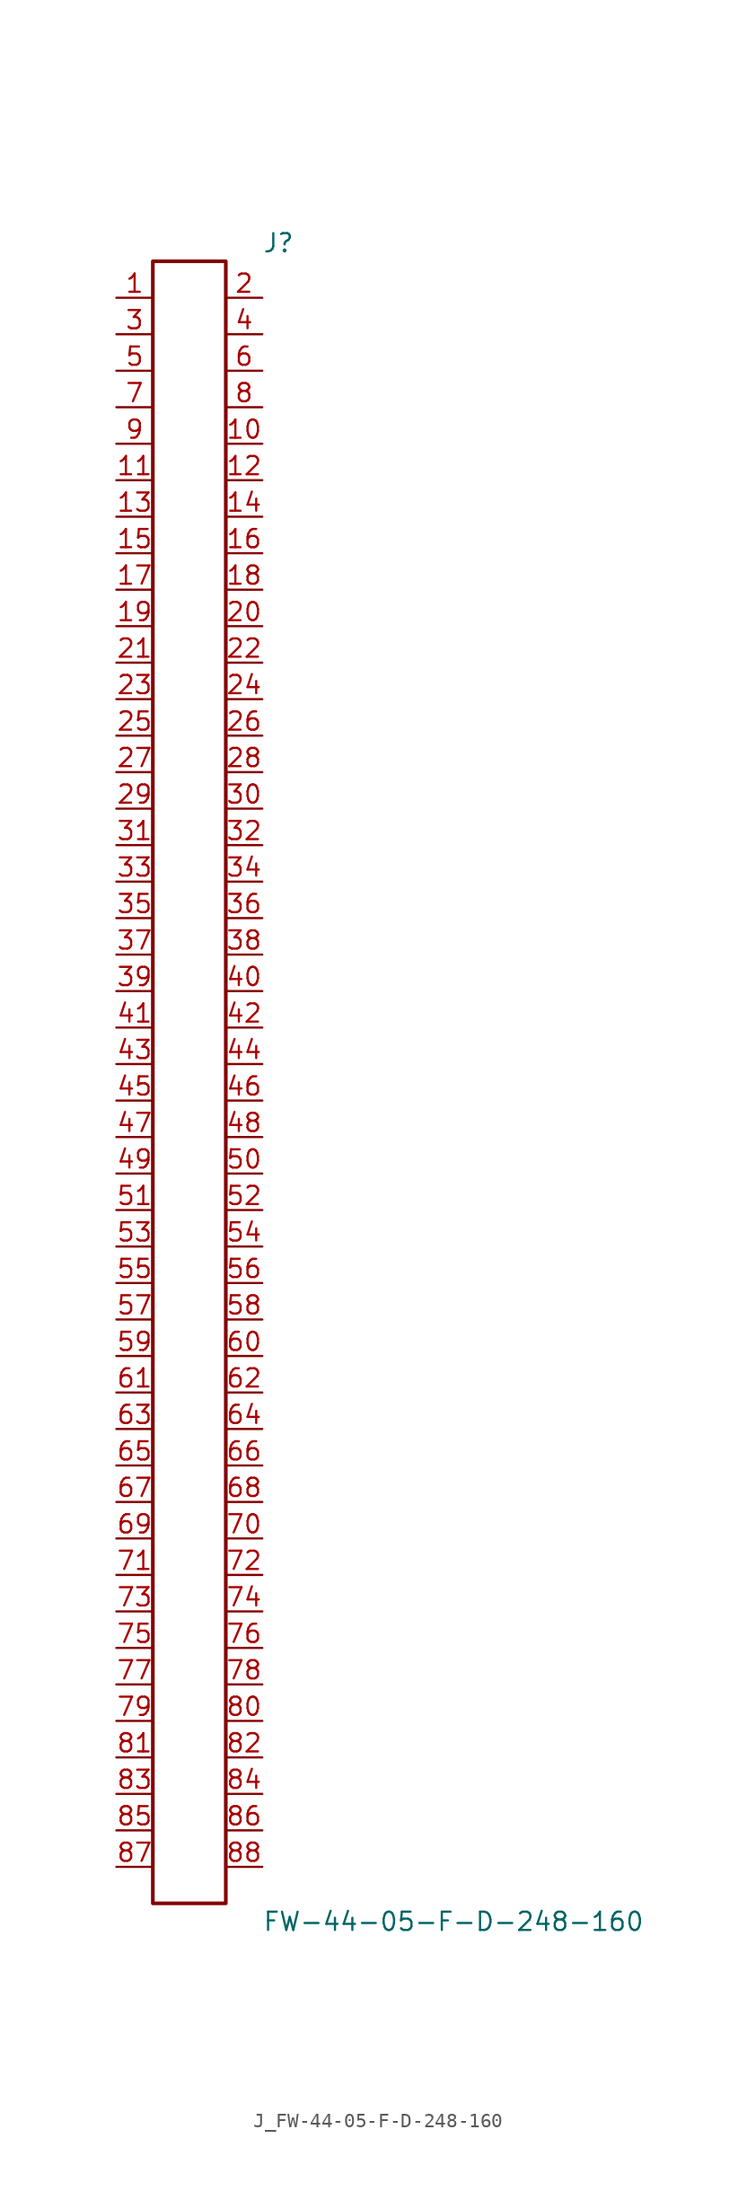
<source format=kicad_sym>
(kicad_symbol_lib
  (version 20231120)
  (generator kicad_symbol_editor)
  (generator_version 8.0)
  (symbol "J_FW-44-05-F-D-248-160"
    (pin_names
      (offset 0.254))
    (property "Reference" "J"
      (at 5.08 58.42 0)
      (effects (font (size 1.27 1.27)) (justify left)))
    (property "Value" "FW-44-05-F-D-248-160"
      (at 5.08 -58.42 0)
      (effects (font (size 1.27 1.27)) (justify left)))
    (symbol "J_FW-44-05-F-D-248-160_0_0"
      (pin passive line (at -5.08 54.61 0) (length 2.54) (name "" (effects (font (size 1.27 1.27)))) (number "1" (effects (font (size 1.27 1.27)))))
      (pin passive line (at 5.08 54.61 180) (length 2.54) (name "" (effects (font (size 1.27 1.27)))) (number "2" (effects (font (size 1.27 1.27)))))
      (pin passive line (at -5.08 52.07 0) (length 2.54) (name "" (effects (font (size 1.27 1.27)))) (number "3" (effects (font (size 1.27 1.27)))))
      (pin passive line (at 5.08 52.07 180) (length 2.54) (name "" (effects (font (size 1.27 1.27)))) (number "4" (effects (font (size 1.27 1.27)))))
      (pin passive line (at -5.08 49.53 0) (length 2.54) (name "" (effects (font (size 1.27 1.27)))) (number "5" (effects (font (size 1.27 1.27)))))
      (pin passive line (at 5.08 49.53 180) (length 2.54) (name "" (effects (font (size 1.27 1.27)))) (number "6" (effects (font (size 1.27 1.27)))))
      (pin passive line (at -5.08 46.99 0) (length 2.54) (name "" (effects (font (size 1.27 1.27)))) (number "7" (effects (font (size 1.27 1.27)))))
      (pin passive line (at 5.08 46.99 180) (length 2.54) (name "" (effects (font (size 1.27 1.27)))) (number "8" (effects (font (size 1.27 1.27)))))
      (pin passive line (at -5.08 44.45 0) (length 2.54) (name "" (effects (font (size 1.27 1.27)))) (number "9" (effects (font (size 1.27 1.27)))))
      (pin passive line (at 5.08 44.45 180) (length 2.54) (name "" (effects (font (size 1.27 1.27)))) (number "10" (effects (font (size 1.27 1.27)))))
      (pin passive line (at -5.08 41.91 0) (length 2.54) (name "" (effects (font (size 1.27 1.27)))) (number "11" (effects (font (size 1.27 1.27)))))
      (pin passive line (at 5.08 41.91 180) (length 2.54) (name "" (effects (font (size 1.27 1.27)))) (number "12" (effects (font (size 1.27 1.27)))))
      (pin passive line (at -5.08 39.37 0) (length 2.54) (name "" (effects (font (size 1.27 1.27)))) (number "13" (effects (font (size 1.27 1.27)))))
      (pin passive line (at 5.08 39.37 180) (length 2.54) (name "" (effects (font (size 1.27 1.27)))) (number "14" (effects (font (size 1.27 1.27)))))
      (pin passive line (at -5.08 36.83 0) (length 2.54) (name "" (effects (font (size 1.27 1.27)))) (number "15" (effects (font (size 1.27 1.27)))))
      (pin passive line (at 5.08 36.83 180) (length 2.54) (name "" (effects (font (size 1.27 1.27)))) (number "16" (effects (font (size 1.27 1.27)))))
      (pin passive line (at -5.08 34.29 0) (length 2.54) (name "" (effects (font (size 1.27 1.27)))) (number "17" (effects (font (size 1.27 1.27)))))
      (pin passive line (at 5.08 34.29 180) (length 2.54) (name "" (effects (font (size 1.27 1.27)))) (number "18" (effects (font (size 1.27 1.27)))))
      (pin passive line (at -5.08 31.75 0) (length 2.54) (name "" (effects (font (size 1.27 1.27)))) (number "19" (effects (font (size 1.27 1.27)))))
      (pin passive line (at 5.08 31.75 180) (length 2.54) (name "" (effects (font (size 1.27 1.27)))) (number "20" (effects (font (size 1.27 1.27)))))
      (pin passive line (at -5.08 29.21 0) (length 2.54) (name "" (effects (font (size 1.27 1.27)))) (number "21" (effects (font (size 1.27 1.27)))))
      (pin passive line (at 5.08 29.21 180) (length 2.54) (name "" (effects (font (size 1.27 1.27)))) (number "22" (effects (font (size 1.27 1.27)))))
      (pin passive line (at -5.08 26.67 0) (length 2.54) (name "" (effects (font (size 1.27 1.27)))) (number "23" (effects (font (size 1.27 1.27)))))
      (pin passive line (at 5.08 26.67 180) (length 2.54) (name "" (effects (font (size 1.27 1.27)))) (number "24" (effects (font (size 1.27 1.27)))))
      (pin passive line (at -5.08 24.13 0) (length 2.54) (name "" (effects (font (size 1.27 1.27)))) (number "25" (effects (font (size 1.27 1.27)))))
      (pin passive line (at 5.08 24.13 180) (length 2.54) (name "" (effects (font (size 1.27 1.27)))) (number "26" (effects (font (size 1.27 1.27)))))
      (pin passive line (at -5.08 21.59 0) (length 2.54) (name "" (effects (font (size 1.27 1.27)))) (number "27" (effects (font (size 1.27 1.27)))))
      (pin passive line (at 5.08 21.59 180) (length 2.54) (name "" (effects (font (size 1.27 1.27)))) (number "28" (effects (font (size 1.27 1.27)))))
      (pin passive line (at -5.08 19.05 0) (length 2.54) (name "" (effects (font (size 1.27 1.27)))) (number "29" (effects (font (size 1.27 1.27)))))
      (pin passive line (at 5.08 19.05 180) (length 2.54) (name "" (effects (font (size 1.27 1.27)))) (number "30" (effects (font (size 1.27 1.27)))))
      (pin passive line (at -5.08 16.51 0) (length 2.54) (name "" (effects (font (size 1.27 1.27)))) (number "31" (effects (font (size 1.27 1.27)))))
      (pin passive line (at 5.08 16.51 180) (length 2.54) (name "" (effects (font (size 1.27 1.27)))) (number "32" (effects (font (size 1.27 1.27)))))
      (pin passive line (at -5.08 13.97 0) (length 2.54) (name "" (effects (font (size 1.27 1.27)))) (number "33" (effects (font (size 1.27 1.27)))))
      (pin passive line (at 5.08 13.97 180) (length 2.54) (name "" (effects (font (size 1.27 1.27)))) (number "34" (effects (font (size 1.27 1.27)))))
      (pin passive line (at -5.08 11.43 0) (length 2.54) (name "" (effects (font (size 1.27 1.27)))) (number "35" (effects (font (size 1.27 1.27)))))
      (pin passive line (at 5.08 11.43 180) (length 2.54) (name "" (effects (font (size 1.27 1.27)))) (number "36" (effects (font (size 1.27 1.27)))))
      (pin passive line (at -5.08 8.89 0) (length 2.54) (name "" (effects (font (size 1.27 1.27)))) (number "37" (effects (font (size 1.27 1.27)))))
      (pin passive line (at 5.08 8.89 180) (length 2.54) (name "" (effects (font (size 1.27 1.27)))) (number "38" (effects (font (size 1.27 1.27)))))
      (pin passive line (at -5.08 6.35 0) (length 2.54) (name "" (effects (font (size 1.27 1.27)))) (number "39" (effects (font (size 1.27 1.27)))))
      (pin passive line (at 5.08 6.35 180) (length 2.54) (name "" (effects (font (size 1.27 1.27)))) (number "40" (effects (font (size 1.27 1.27)))))
      (pin passive line (at -5.08 3.81 0) (length 2.54) (name "" (effects (font (size 1.27 1.27)))) (number "41" (effects (font (size 1.27 1.27)))))
      (pin passive line (at 5.08 3.81 180) (length 2.54) (name "" (effects (font (size 1.27 1.27)))) (number "42" (effects (font (size 1.27 1.27)))))
      (pin passive line (at -5.08 1.27 0) (length 2.54) (name "" (effects (font (size 1.27 1.27)))) (number "43" (effects (font (size 1.27 1.27)))))
      (pin passive line (at 5.08 1.27 180) (length 2.54) (name "" (effects (font (size 1.27 1.27)))) (number "44" (effects (font (size 1.27 1.27)))))
      (pin passive line (at -5.08 -1.27 0) (length 2.54) (name "" (effects (font (size 1.27 1.27)))) (number "45" (effects (font (size 1.27 1.27)))))
      (pin passive line (at 5.08 -1.27 180) (length 2.54) (name "" (effects (font (size 1.27 1.27)))) (number "46" (effects (font (size 1.27 1.27)))))
      (pin passive line (at -5.08 -3.81 0) (length 2.54) (name "" (effects (font (size 1.27 1.27)))) (number "47" (effects (font (size 1.27 1.27)))))
      (pin passive line (at 5.08 -3.81 180) (length 2.54) (name "" (effects (font (size 1.27 1.27)))) (number "48" (effects (font (size 1.27 1.27)))))
      (pin passive line (at -5.08 -6.35 0) (length 2.54) (name "" (effects (font (size 1.27 1.27)))) (number "49" (effects (font (size 1.27 1.27)))))
      (pin passive line (at 5.08 -6.35 180) (length 2.54) (name "" (effects (font (size 1.27 1.27)))) (number "50" (effects (font (size 1.27 1.27)))))
      (pin passive line (at -5.08 -8.89 0) (length 2.54) (name "" (effects (font (size 1.27 1.27)))) (number "51" (effects (font (size 1.27 1.27)))))
      (pin passive line (at 5.08 -8.89 180) (length 2.54) (name "" (effects (font (size 1.27 1.27)))) (number "52" (effects (font (size 1.27 1.27)))))
      (pin passive line (at -5.08 -11.43 0) (length 2.54) (name "" (effects (font (size 1.27 1.27)))) (number "53" (effects (font (size 1.27 1.27)))))
      (pin passive line (at 5.08 -11.43 180) (length 2.54) (name "" (effects (font (size 1.27 1.27)))) (number "54" (effects (font (size 1.27 1.27)))))
      (pin passive line (at -5.08 -13.97 0) (length 2.54) (name "" (effects (font (size 1.27 1.27)))) (number "55" (effects (font (size 1.27 1.27)))))
      (pin passive line (at 5.08 -13.97 180) (length 2.54) (name "" (effects (font (size 1.27 1.27)))) (number "56" (effects (font (size 1.27 1.27)))))
      (pin passive line (at -5.08 -16.51 0) (length 2.54) (name "" (effects (font (size 1.27 1.27)))) (number "57" (effects (font (size 1.27 1.27)))))
      (pin passive line (at 5.08 -16.51 180) (length 2.54) (name "" (effects (font (size 1.27 1.27)))) (number "58" (effects (font (size 1.27 1.27)))))
      (pin passive line (at -5.08 -19.05 0) (length 2.54) (name "" (effects (font (size 1.27 1.27)))) (number "59" (effects (font (size 1.27 1.27)))))
      (pin passive line (at 5.08 -19.05 180) (length 2.54) (name "" (effects (font (size 1.27 1.27)))) (number "60" (effects (font (size 1.27 1.27)))))
      (pin passive line (at -5.08 -21.59 0) (length 2.54) (name "" (effects (font (size 1.27 1.27)))) (number "61" (effects (font (size 1.27 1.27)))))
      (pin passive line (at 5.08 -21.59 180) (length 2.54) (name "" (effects (font (size 1.27 1.27)))) (number "62" (effects (font (size 1.27 1.27)))))
      (pin passive line (at -5.08 -24.13 0) (length 2.54) (name "" (effects (font (size 1.27 1.27)))) (number "63" (effects (font (size 1.27 1.27)))))
      (pin passive line (at 5.08 -24.13 180) (length 2.54) (name "" (effects (font (size 1.27 1.27)))) (number "64" (effects (font (size 1.27 1.27)))))
      (pin passive line (at -5.08 -26.67 0) (length 2.54) (name "" (effects (font (size 1.27 1.27)))) (number "65" (effects (font (size 1.27 1.27)))))
      (pin passive line (at 5.08 -26.67 180) (length 2.54) (name "" (effects (font (size 1.27 1.27)))) (number "66" (effects (font (size 1.27 1.27)))))
      (pin passive line (at -5.08 -29.21 0) (length 2.54) (name "" (effects (font (size 1.27 1.27)))) (number "67" (effects (font (size 1.27 1.27)))))
      (pin passive line (at 5.08 -29.21 180) (length 2.54) (name "" (effects (font (size 1.27 1.27)))) (number "68" (effects (font (size 1.27 1.27)))))
      (pin passive line (at -5.08 -31.75 0) (length 2.54) (name "" (effects (font (size 1.27 1.27)))) (number "69" (effects (font (size 1.27 1.27)))))
      (pin passive line (at 5.08 -31.75 180) (length 2.54) (name "" (effects (font (size 1.27 1.27)))) (number "70" (effects (font (size 1.27 1.27)))))
      (pin passive line (at -5.08 -34.29 0) (length 2.54) (name "" (effects (font (size 1.27 1.27)))) (number "71" (effects (font (size 1.27 1.27)))))
      (pin passive line (at 5.08 -34.29 180) (length 2.54) (name "" (effects (font (size 1.27 1.27)))) (number "72" (effects (font (size 1.27 1.27)))))
      (pin passive line (at -5.08 -36.83 0) (length 2.54) (name "" (effects (font (size 1.27 1.27)))) (number "73" (effects (font (size 1.27 1.27)))))
      (pin passive line (at 5.08 -36.83 180) (length 2.54) (name "" (effects (font (size 1.27 1.27)))) (number "74" (effects (font (size 1.27 1.27)))))
      (pin passive line (at -5.08 -39.37 0) (length 2.54) (name "" (effects (font (size 1.27 1.27)))) (number "75" (effects (font (size 1.27 1.27)))))
      (pin passive line (at 5.08 -39.37 180) (length 2.54) (name "" (effects (font (size 1.27 1.27)))) (number "76" (effects (font (size 1.27 1.27)))))
      (pin passive line (at -5.08 -41.91 0) (length 2.54) (name "" (effects (font (size 1.27 1.27)))) (number "77" (effects (font (size 1.27 1.27)))))
      (pin passive line (at 5.08 -41.91 180) (length 2.54) (name "" (effects (font (size 1.27 1.27)))) (number "78" (effects (font (size 1.27 1.27)))))
      (pin passive line (at -5.08 -44.45 0) (length 2.54) (name "" (effects (font (size 1.27 1.27)))) (number "79" (effects (font (size 1.27 1.27)))))
      (pin passive line (at 5.08 -44.45 180) (length 2.54) (name "" (effects (font (size 1.27 1.27)))) (number "80" (effects (font (size 1.27 1.27)))))
      (pin passive line (at -5.08 -46.99 0) (length 2.54) (name "" (effects (font (size 1.27 1.27)))) (number "81" (effects (font (size 1.27 1.27)))))
      (pin passive line (at 5.08 -46.99 180) (length 2.54) (name "" (effects (font (size 1.27 1.27)))) (number "82" (effects (font (size 1.27 1.27)))))
      (pin passive line (at -5.08 -49.53 0) (length 2.54) (name "" (effects (font (size 1.27 1.27)))) (number "83" (effects (font (size 1.27 1.27)))))
      (pin passive line (at 5.08 -49.53 180) (length 2.54) (name "" (effects (font (size 1.27 1.27)))) (number "84" (effects (font (size 1.27 1.27)))))
      (pin passive line (at -5.08 -52.07 0) (length 2.54) (name "" (effects (font (size 1.27 1.27)))) (number "85" (effects (font (size 1.27 1.27)))))
      (pin passive line (at 5.08 -52.07 180) (length 2.54) (name "" (effects (font (size 1.27 1.27)))) (number "86" (effects (font (size 1.27 1.27)))))
      (pin passive line (at -5.08 -54.61 0) (length 2.54) (name "" (effects (font (size 1.27 1.27)))) (number "87" (effects (font (size 1.27 1.27)))))
      (pin passive line (at 5.08 -54.61 180) (length 2.54) (name "" (effects (font (size 1.27 1.27)))) (number "88" (effects (font (size 1.27 1.27))))))
    (symbol "J_FW-44-05-F-D-248-160_1_0"
      (rectangle (start -2.54 57.15) (end 2.54 -57.15) (stroke (width 0.254) (type solid)) (fill (type none))))))
</source>
